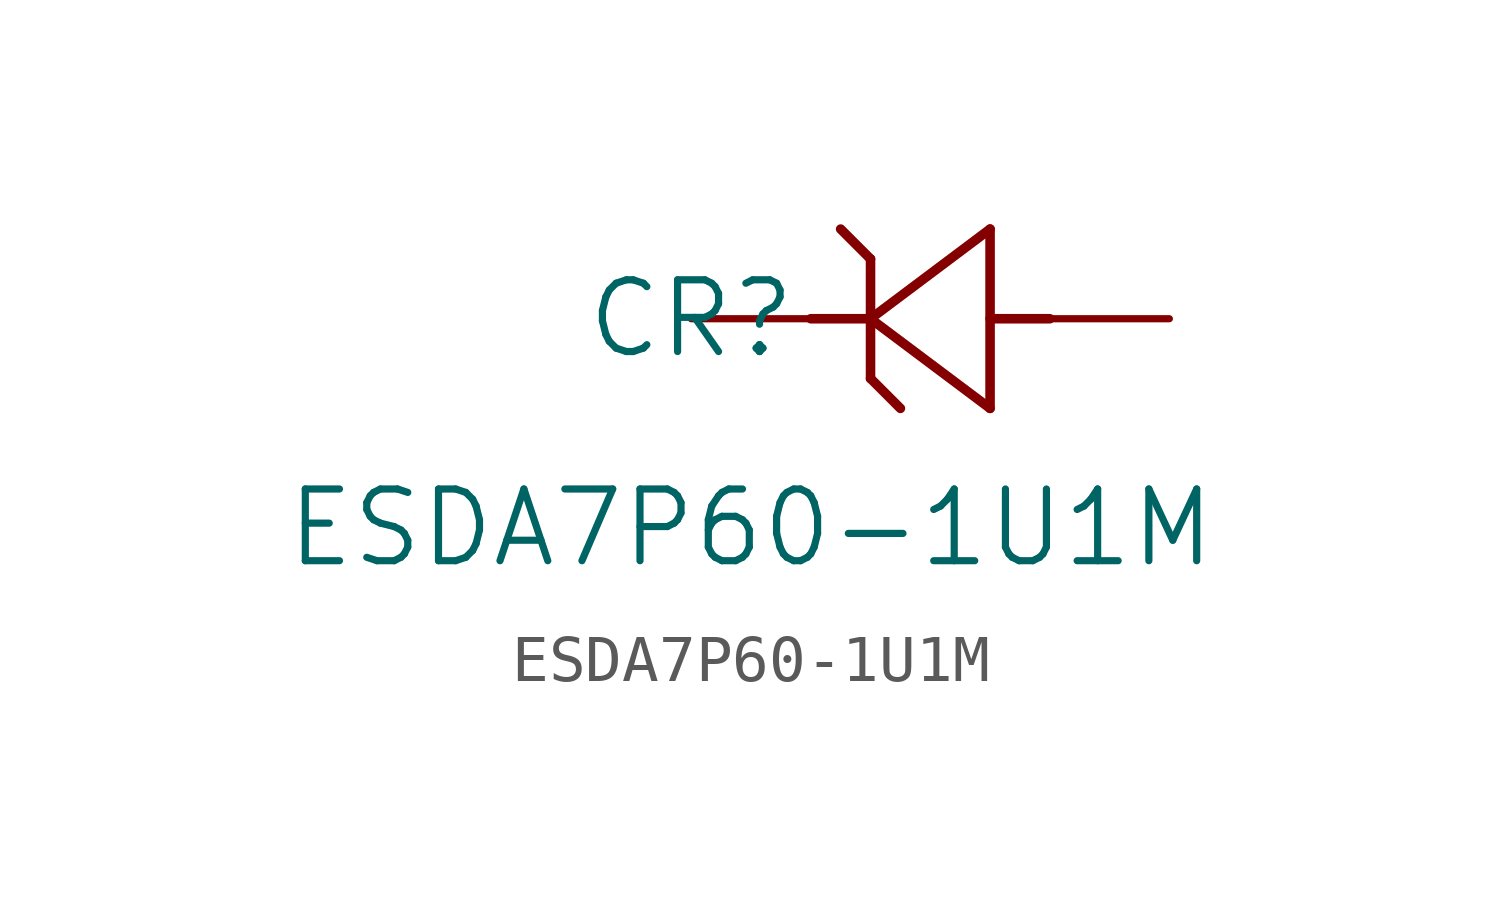
<source format=kicad_sym>
(kicad_symbol_lib
  (version 20220914)
  (generator kicad_symbol_editor)
  (symbol "ESDA7P60-1U1M"
    (pin_numbers hide)
    (pin_names
      (offset 1.651) hide)
    (property "Reference" "CR"
      (at 0 0 0)
      (effects (font (size 1.524 1.524))))
    (property "Value" "ESDA7P60-1U1M"
      (at 1.27 -4.445 0)
      (effects (font (size 1.524 1.524))))
    (property "Datasheet" ""
      (at 0 0 0)
      (effects (font (size 1.524 1.524))))
    (symbol "ESDA7P60-1U1M_1_1"
      (polyline (pts (xy 2.54 0) (xy 3.81 0)) (stroke (width 0.203) (type solid)) (fill (type none)))
      (polyline (pts (xy 3.175 1.905) (xy 3.81 1.27)) (stroke (width 0.203) (type solid)) (fill (type none)))
      (polyline (pts (xy 3.81 -1.27) (xy 4.445 -1.905)) (stroke (width 0.203) (type solid)) (fill (type none)))
      (polyline (pts (xy 3.81 0) (xy 6.35 -1.905)) (stroke (width 0.203) (type solid)) (fill (type none)))
      (polyline (pts (xy 3.81 1.27) (xy 3.81 -1.27)) (stroke (width 0.203) (type solid)) (fill (type none)))
      (polyline (pts (xy 6.35 -1.905) (xy 6.35 1.905)) (stroke (width 0.203) (type solid)) (fill (type none)))
      (polyline (pts (xy 6.35 1.905) (xy 3.81 0)) (stroke (width 0.203) (type solid)) (fill (type none)))
      (polyline (pts (xy 7.62 0) (xy 6.35 0)) (stroke (width 0.203) (type solid)) (fill (type none)))
      (pin passive line (at 0 0 0) (length 2.54) (name "~" (effects (font (size 1.499 1.499)))) (number "1" (effects (font (size 1.499 1.499)))))
      (pin passive line (at 10.16 0 180) (length 2.54) (name "~" (effects (font (size 1.499 1.499)))) (number "2" (effects (font (size 1.499 1.499))))))))
</source>
